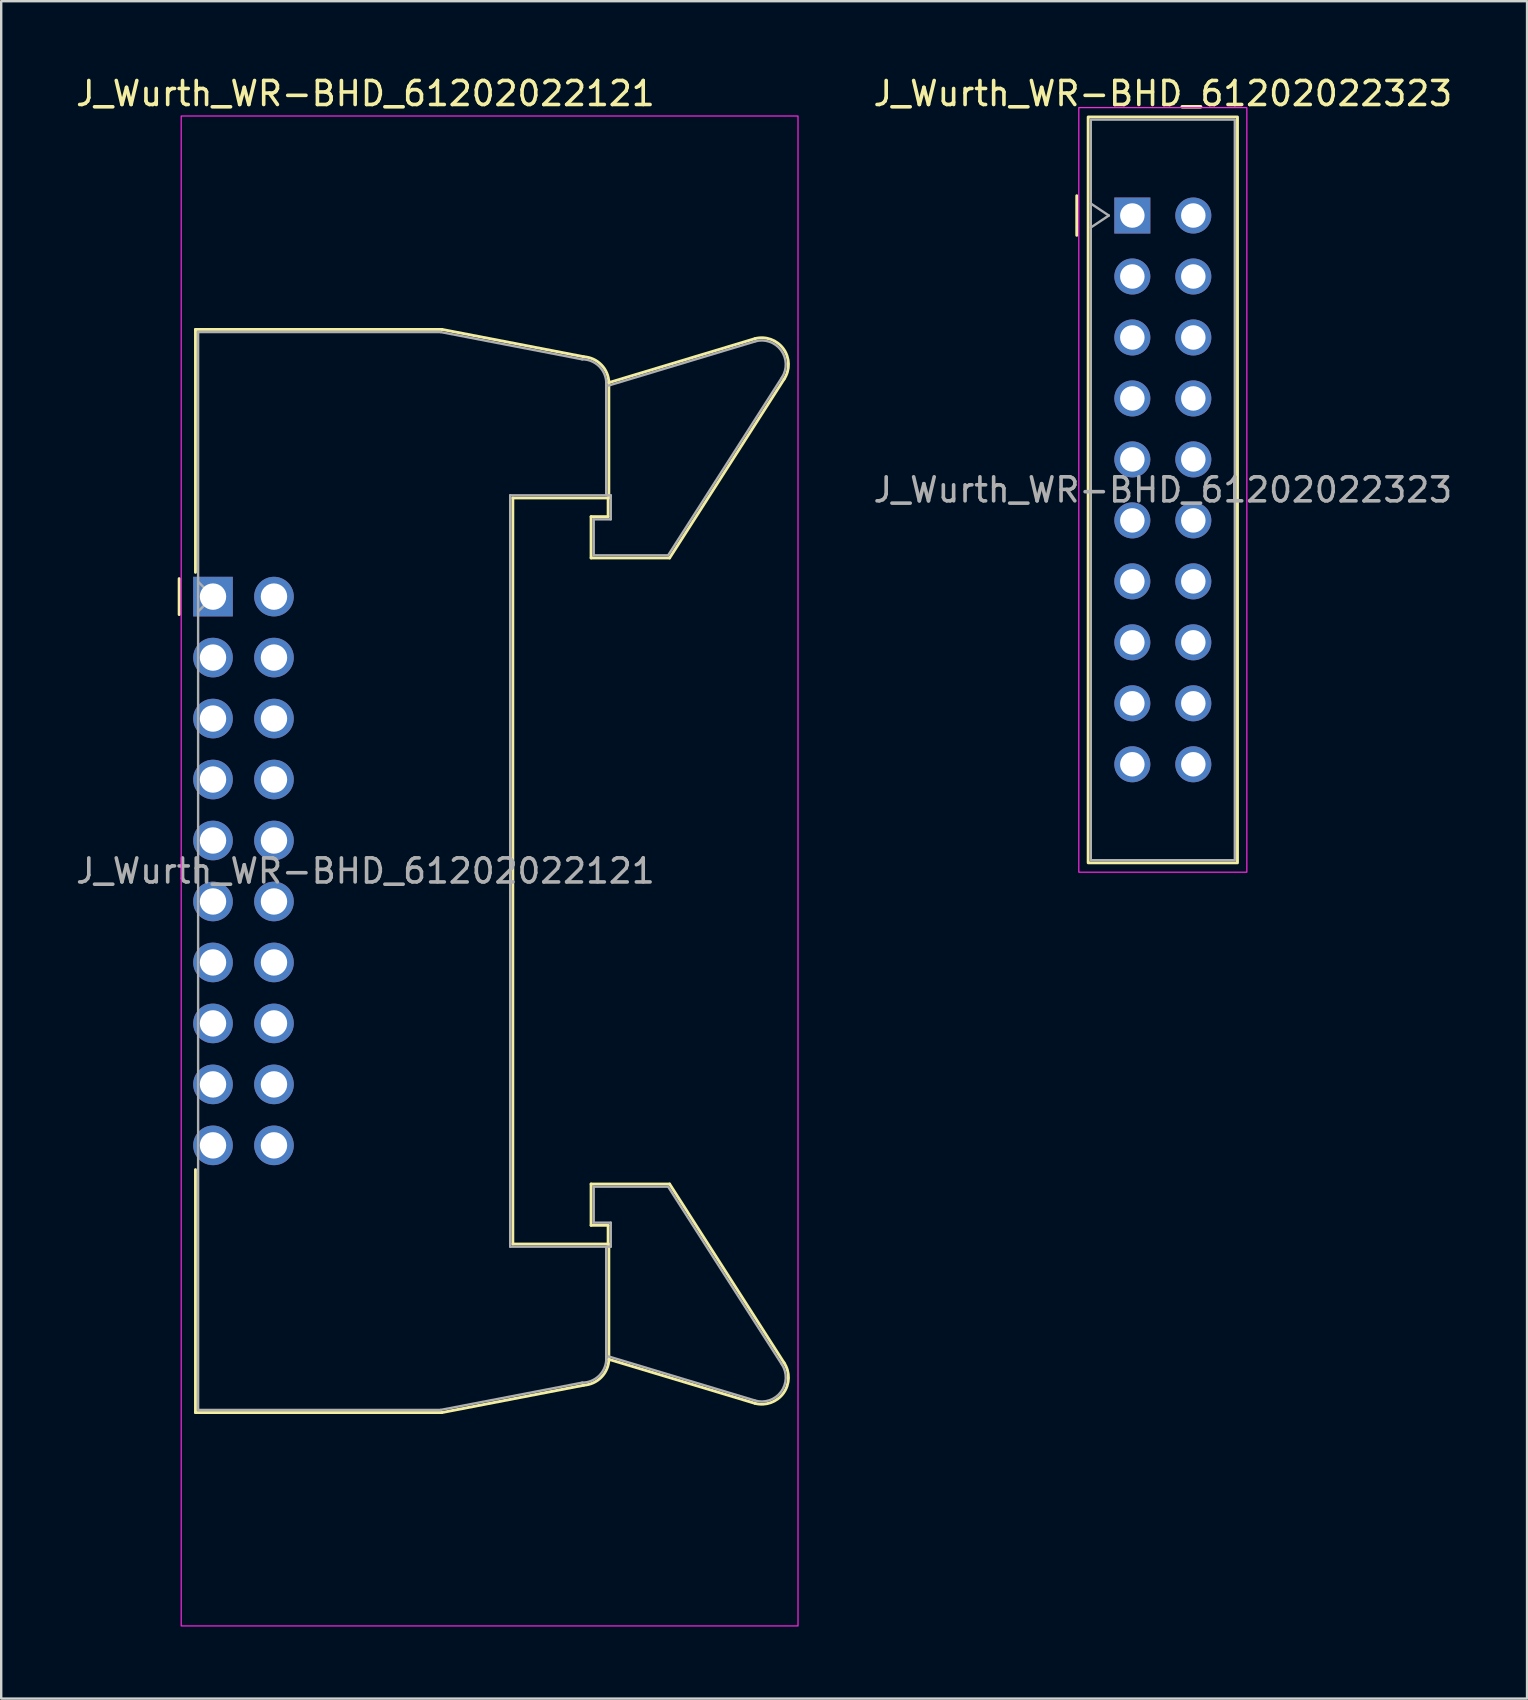
<source format=kicad_pcb>
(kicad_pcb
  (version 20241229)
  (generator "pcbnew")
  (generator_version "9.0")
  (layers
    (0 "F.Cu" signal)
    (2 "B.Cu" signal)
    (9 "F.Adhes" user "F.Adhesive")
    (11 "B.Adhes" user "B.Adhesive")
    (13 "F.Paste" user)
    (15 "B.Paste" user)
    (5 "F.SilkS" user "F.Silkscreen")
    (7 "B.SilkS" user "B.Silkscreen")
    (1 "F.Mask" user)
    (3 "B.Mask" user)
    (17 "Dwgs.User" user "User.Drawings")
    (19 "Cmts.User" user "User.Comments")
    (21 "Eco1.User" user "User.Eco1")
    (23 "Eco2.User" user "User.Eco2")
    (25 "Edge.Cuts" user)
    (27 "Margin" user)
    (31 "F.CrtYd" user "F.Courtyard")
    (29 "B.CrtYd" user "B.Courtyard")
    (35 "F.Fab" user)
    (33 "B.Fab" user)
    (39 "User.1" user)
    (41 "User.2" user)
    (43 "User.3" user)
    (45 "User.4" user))
  (footprint "J_Wurth_WR-BHD_61202022121"
    (layer "F.Cu")
    (at 5.823 21.803)
    (property "Reference" "J_Wurth_WR-BHD_61202022121" (at 6.35 -20.955 0) (unlocked yes) (layer "F.SilkS") (effects (font (size 1 1) (thickness 0.15))))
    (attr through_hole)
    (fp_line (start -1.41 -0.75) (end -1.41 0.75) (stroke (width 0.12) (type solid)) (layer "F.SilkS"))
    (fp_line (start -0.73 -11.13) (end -0.73 -1.01) (stroke (width 0.12) (type solid)) (layer "F.SilkS"))
    (fp_line (start -0.73 -11.13) (end 9.534 -11.13) (stroke (width 0.12) (type solid)) (layer "F.SilkS"))
    (fp_line (start -0.73 33.99) (end -0.73 23.87) (stroke (width 0.12) (type solid)) (layer "F.SilkS"))
    (fp_line (start -0.73 33.99) (end 9.534 33.99) (stroke (width 0.12) (type solid)) (layer "F.SilkS"))
    (fp_line (start 9.534 -11.13) (end 15.443 -9.992) (stroke (width 0.12) (type solid)) (layer "F.SilkS"))
    (fp_line (start 9.534 33.99) (end 15.443 32.852) (stroke (width 0.12) (type solid)) (layer "F.SilkS"))
    (fp_line (start 12.49 26.97) (end 12.49 -4.11) (stroke (width 0.12) (type solid)) (layer "F.SilkS"))
    (fp_line (start 15.75 -3.33) (end 15.75 -1.61) (stroke (width 0.12) (type solid)) (layer "F.SilkS"))
    (fp_line (start 15.75 -1.61) (end 19.021 -1.61) (stroke (width 0.12) (type solid)) (layer "F.SilkS"))
    (fp_line (start 15.75 24.47) (end 19.021 24.47) (stroke (width 0.12) (type solid)) (layer "F.SilkS"))
    (fp_line (start 15.75 26.19) (end 15.75 24.47) (stroke (width 0.12) (type solid)) (layer "F.SilkS"))
    (fp_line (start 16.46 -4.11) (end 12.49 -4.11) (stroke (width 0.12) (type solid)) (layer "F.SilkS"))
    (fp_line (start 16.46 -4.11) (end 16.46 -3.33) (stroke (width 0.12) (type solid)) (layer "F.SilkS"))
    (fp_line (start 16.46 -3.33) (end 15.75 -3.33) (stroke (width 0.12) (type solid)) (layer "F.SilkS"))
    (fp_line (start 16.46 26.19) (end 15.75 26.19) (stroke (width 0.12) (type solid)) (layer "F.SilkS"))
    (fp_line (start 16.46 26.97) (end 12.49 26.97) (stroke (width 0.12) (type solid)) (layer "F.SilkS"))
    (fp_line (start 16.46 26.97) (end 16.46 26.19) (stroke (width 0.12) (type solid)) (layer "F.SilkS"))
    (fp_line (start 16.49 -8.975) (end 16.49 -4.11) (stroke (width 0.12) (type solid)) (layer "F.SilkS"))
    (fp_line (start 16.49 31.835) (end 16.49 26.97) (stroke (width 0.12) (type solid)) (layer "F.SilkS"))
    (fp_line (start 19.021 -1.61) (end 23.789 -9.059) (stroke (width 0.12) (type solid)) (layer "F.SilkS"))
    (fp_line (start 19.021 24.47) (end 23.789 31.919) (stroke (width 0.12) (type solid)) (layer "F.SilkS"))
    (fp_line (start 22.581 -10.747) (end 16.491 -8.914) (stroke (width 0.12) (type solid)) (layer "F.SilkS"))
    (fp_line (start 22.581 33.607) (end 16.491 31.774) (stroke (width 0.12) (type solid)) (layer "F.SilkS"))
    (fp_arc (start 15.442979 -9.98974) (mid 16.176162 -9.655638) (end 16.491006 -8.913981) (stroke (width 0.12) (type solid)) (layer "F.SilkS"))
    (fp_arc (start 16.491006 31.773981) (mid 16.176162 32.515638) (end 15.442979 32.84974) (stroke (width 0.12) (type solid)) (layer "F.SilkS"))
    (fp_arc (start 22.581 -10.747) (mid 23.764714 -10.317505) (end 23.789444 -9.058524) (stroke (width 0.12) (type solid)) (layer "F.SilkS"))
    (fp_arc (start 23.789444 31.918524) (mid 23.764714 33.177505) (end 22.581 33.607) (stroke (width 0.12) (type solid)) (layer "F.SilkS"))
    (fp_rect (start -1.325 -20.02) (end 24.37 42.88) (stroke (width 0.05) (type solid)) (fill no) (layer "F.CrtYd"))
    (fp_line (start -0.62 -11.02) (end 9.484 -11.02) (stroke (width 0.1) (type solid)) (layer "F.Fab"))
    (fp_line (start -0.62 33.88) (end -0.62 -11.02) (stroke (width 0.1) (type solid)) (layer "F.Fab"))
    (fp_line (start -0.62 33.88) (end 9.484 33.88) (stroke (width 0.1) (type solid)) (layer "F.Fab"))
    (fp_line (start 0 0) (end -0.62 -0.62) (stroke (width 0.1) (type solid)) (layer "F.Fab"))
    (fp_line (start 0 0) (end -0.62 0.62) (stroke (width 0.1) (type solid)) (layer "F.Fab"))
    (fp_line (start 9.484 -11.02) (end 15.381 -9.884) (stroke (width 0.1) (type solid)) (layer "F.Fab"))
    (fp_line (start 9.484 33.88) (end 15.381 32.744) (stroke (width 0.1) (type solid)) (layer "F.Fab"))
    (fp_line (start 12.38 27.08) (end 12.38 -4.22) (stroke (width 0.1) (type solid)) (layer "F.Fab"))
    (fp_line (start 15.86 -1.72) (end 15.86 -3.22) (stroke (width 0.1) (type solid)) (layer "F.Fab"))
    (fp_line (start 15.86 -1.72) (end 18.96 -1.72) (stroke (width 0.1) (type solid)) (layer "F.Fab"))
    (fp_line (start 15.86 24.58) (end 18.96 24.58) (stroke (width 0.1) (type solid)) (layer "F.Fab"))
    (fp_line (start 15.86 26.08) (end 15.86 24.58) (stroke (width 0.1) (type solid)) (layer "F.Fab"))
    (fp_line (start 16.38 -8.975) (end 16.38 -4.22) (stroke (width 0.1) (type solid)) (layer "F.Fab"))
    (fp_line (start 16.38 31.835) (end 16.38 27.08) (stroke (width 0.1) (type solid)) (layer "F.Fab"))
    (fp_line (start 16.57 -4.22) (end 12.38 -4.22) (stroke (width 0.1) (type solid)) (layer "F.Fab"))
    (fp_line (start 16.57 -4.22) (end 16.57 -3.22) (stroke (width 0.1) (type solid)) (layer "F.Fab"))
    (fp_line (start 16.57 -3.22) (end 15.86 -3.22) (stroke (width 0.1) (type solid)) (layer "F.Fab"))
    (fp_line (start 16.57 26.08) (end 15.86 26.08) (stroke (width 0.1) (type solid)) (layer "F.Fab"))
    (fp_line (start 16.57 27.08) (end 12.38 27.08) (stroke (width 0.1) (type solid)) (layer "F.Fab"))
    (fp_line (start 16.57 27.08) (end 16.57 26.08) (stroke (width 0.1) (type solid)) (layer "F.Fab"))
    (fp_line (start 18.96 -1.72) (end 23.696 -9.12) (stroke (width 0.1) (type solid)) (layer "F.Fab"))
    (fp_line (start 18.96 24.58) (end 23.696 31.98) (stroke (width 0.1) (type solid)) (layer "F.Fab"))
    (fp_line (start 22.571 -10.627) (end 16.481 -8.794) (stroke (width 0.1) (type solid)) (layer "F.Fab"))
    (fp_line (start 22.571 33.487) (end 16.481 31.654) (stroke (width 0.1) (type solid)) (layer "F.Fab"))
    (fp_arc (start 15.380999 -9.884) (mid 16.05791 -9.620576) (end 16.38 -8.969532) (stroke (width 0.1) (type solid)) (layer "F.Fab"))
    (fp_arc (start 16.38 31.829532) (mid 16.05791 32.480576) (end 15.380999 32.744) (stroke (width 0.1) (type solid)) (layer "F.Fab"))
    (fp_arc (start 22.573383 -10.628774) (mid 23.662842 -10.267362) (end 23.696001 -9.12) (stroke (width 0.1) (type solid)) (layer "F.Fab"))
    (fp_arc (start 23.696001 31.98) (mid 23.662842 33.127363) (end 22.573383 33.488774) (stroke (width 0.1) (type solid)) (layer "F.Fab"))
    (fp_text user "${REFERENCE}" (at 6.35 11.43 0) (unlocked yes) (layer "F.Fab") (effects (font (size 1 1) (thickness 0.15))))
    (pad "1" thru_hole rect (at 0 0 90) (size 1.65 1.65) (drill 1.1) (layers "*.Cu" "*.Mask"))
    (pad "2" thru_hole circle (at 2.54 0 90) (size 1.65 1.65) (drill 1.1) (layers "*.Cu" "*.Mask"))
    (pad "3" thru_hole circle (at 0 2.54 90) (size 1.65 1.65) (drill 1.1) (layers "*.Cu" "*.Mask"))
    (pad "4" thru_hole circle (at 2.54 2.54 90) (size 1.65 1.65) (drill 1.1) (layers "*.Cu" "*.Mask"))
    (pad "5" thru_hole circle (at 0 5.08 90) (size 1.65 1.65) (drill 1.1) (layers "*.Cu" "*.Mask"))
    (pad "6" thru_hole circle (at 2.54 5.08 90) (size 1.65 1.65) (drill 1.1) (layers "*.Cu" "*.Mask"))
    (pad "7" thru_hole circle (at 0 7.62 90) (size 1.65 1.65) (drill 1.1) (layers "*.Cu" "*.Mask"))
    (pad "8" thru_hole circle (at 2.54 7.62 90) (size 1.65 1.65) (drill 1.1) (layers "*.Cu" "*.Mask"))
    (pad "9" thru_hole circle (at 0 10.16 90) (size 1.65 1.65) (drill 1.1) (layers "*.Cu" "*.Mask"))
    (pad "10" thru_hole circle (at 2.54 10.16 90) (size 1.65 1.65) (drill 1.1) (layers "*.Cu" "*.Mask"))
    (pad "11" thru_hole circle (at 0 12.7 90) (size 1.65 1.65) (drill 1.1) (layers "*.Cu" "*.Mask"))
    (pad "12" thru_hole circle (at 2.54 12.7 90) (size 1.65 1.65) (drill 1.1) (layers "*.Cu" "*.Mask"))
    (pad "13" thru_hole circle (at 0 15.24 90) (size 1.65 1.65) (drill 1.1) (layers "*.Cu" "*.Mask"))
    (pad "14" thru_hole circle (at 2.54 15.24 90) (size 1.65 1.65) (drill 1.1) (layers "*.Cu" "*.Mask"))
    (pad "15" thru_hole circle (at 0 17.78 90) (size 1.65 1.65) (drill 1.1) (layers "*.Cu" "*.Mask"))
    (pad "16" thru_hole circle (at 2.54 17.78 90) (size 1.65 1.65) (drill 1.1) (layers "*.Cu" "*.Mask"))
    (pad "17" thru_hole circle (at 0 20.32 90) (size 1.65 1.65) (drill 1.1) (layers "*.Cu" "*.Mask"))
    (pad "18" thru_hole circle (at 2.54 20.32 90) (size 1.65 1.65) (drill 1.1) (layers "*.Cu" "*.Mask"))
    (pad "19" thru_hole circle (at 0 22.86 90) (size 1.65 1.65) (drill 1.1) (layers "*.Cu" "*.Mask"))
    (pad "20" thru_hole circle (at 2.54 22.86 90) (size 1.65 1.65) (drill 1.1) (layers "*.Cu" "*.Mask")))
  (footprint "J_Wurth_WR-BHD_61202022323"
    (layer "F.Cu")
    (at 44.12 5.928)
    (property "Reference" "J_Wurth_WR-BHD_61202022323" (at 1.27 -5.08 0) (unlocked yes) (layer "F.SilkS") (effects (font (size 1 1) (thickness 0.15))))
    (attr through_hole)
    (fp_line (start -2.315 -0.825) (end -2.315 0.825) (stroke (width 0.12) (type solid)) (layer "F.SilkS"))
    (fp_rect (start -1.84 -4.105) (end 4.38 26.965) (stroke (width 0.12) (type solid)) (fill no) (layer "F.SilkS"))
    (fp_rect (start -2.23 -4.495) (end 4.77 27.355) (stroke (width 0.05) (type solid)) (fill no) (layer "F.CrtYd"))
    (fp_line (start -0.98 0) (end -1.73 -0.5) (stroke (width 0.1) (type solid)) (layer "F.Fab"))
    (fp_line (start -0.98 0) (end -1.73 0.5) (stroke (width 0.1) (type solid)) (layer "F.Fab"))
    (fp_rect (start -1.73 -3.995) (end 4.27 26.855) (stroke (width 0.1) (type solid)) (fill no) (layer "F.Fab"))
    (fp_text user "${REFERENCE}" (at 1.27 11.43 0) (unlocked yes) (layer "F.Fab") (effects (font (size 1 1) (thickness 0.15))))
    (pad "1" thru_hole rect (at 0 0 270) (size 1.5 1.5) (drill 1.02) (layers "*.Cu" "*.Mask"))
    (pad "2" thru_hole circle (at 2.54 0 270) (size 1.5 1.5) (drill 1.02) (layers "*.Cu" "*.Mask"))
    (pad "3" thru_hole circle (at 0 2.54 270) (size 1.5 1.5) (drill 1.02) (layers "*.Cu" "*.Mask"))
    (pad "4" thru_hole circle (at 2.54 2.54 270) (size 1.5 1.5) (drill 1.02) (layers "*.Cu" "*.Mask"))
    (pad "5" thru_hole circle (at 0 5.08 270) (size 1.5 1.5) (drill 1.02) (layers "*.Cu" "*.Mask"))
    (pad "6" thru_hole circle (at 2.54 5.08 270) (size 1.5 1.5) (drill 1.02) (layers "*.Cu" "*.Mask"))
    (pad "7" thru_hole circle (at 0 7.62 270) (size 1.5 1.5) (drill 1.02) (layers "*.Cu" "*.Mask"))
    (pad "8" thru_hole circle (at 2.54 7.62 270) (size 1.5 1.5) (drill 1.02) (layers "*.Cu" "*.Mask"))
    (pad "9" thru_hole circle (at 0 10.16 270) (size 1.5 1.5) (drill 1.02) (layers "*.Cu" "*.Mask"))
    (pad "10" thru_hole circle (at 2.54 10.16 270) (size 1.5 1.5) (drill 1.02) (layers "*.Cu" "*.Mask"))
    (pad "11" thru_hole circle (at 0 12.7 270) (size 1.5 1.5) (drill 1.02) (layers "*.Cu" "*.Mask"))
    (pad "12" thru_hole circle (at 2.54 12.7 270) (size 1.5 1.5) (drill 1.02) (layers "*.Cu" "*.Mask"))
    (pad "13" thru_hole circle (at 0 15.24 270) (size 1.5 1.5) (drill 1.02) (layers "*.Cu" "*.Mask"))
    (pad "14" thru_hole circle (at 2.54 15.24 270) (size 1.5 1.5) (drill 1.02) (layers "*.Cu" "*.Mask"))
    (pad "15" thru_hole circle (at 0 17.78 270) (size 1.5 1.5) (drill 1.02) (layers "*.Cu" "*.Mask"))
    (pad "16" thru_hole circle (at 2.54 17.78 270) (size 1.5 1.5) (drill 1.02) (layers "*.Cu" "*.Mask"))
    (pad "17" thru_hole circle (at 0 20.32 270) (size 1.5 1.5) (drill 1.02) (layers "*.Cu" "*.Mask"))
    (pad "18" thru_hole circle (at 2.54 20.32 270) (size 1.5 1.5) (drill 1.02) (layers "*.Cu" "*.Mask"))
    (pad "19" thru_hole circle (at 0 22.86 270) (size 1.5 1.5) (drill 1.02) (layers "*.Cu" "*.Mask"))
    (pad "20" thru_hole circle (at 2.54 22.86 270) (size 1.5 1.5) (drill 1.02) (layers "*.Cu" "*.Mask")))
  (gr_rect
    (start -3 -3)
    (end 60.563 67.708)
    (stroke (width 0.1) (type default))
    (fill no)
    (layer "Edge.Cuts")))
</source>
